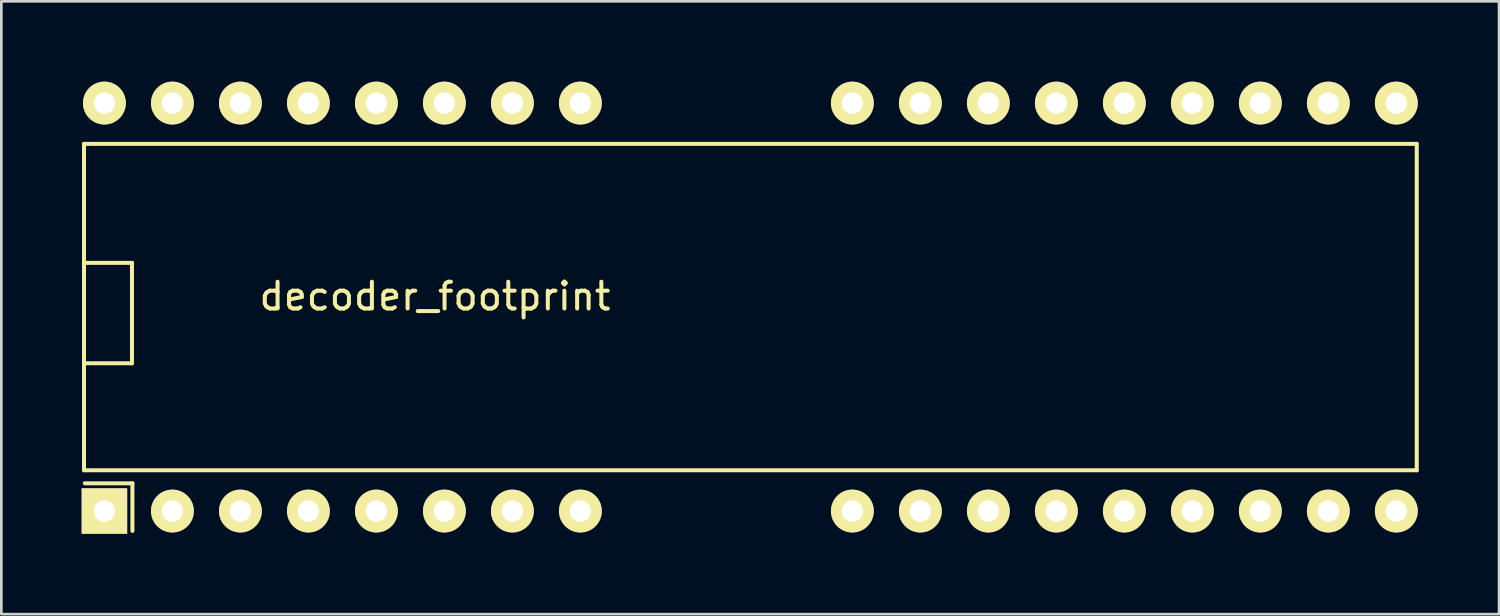
<source format=kicad_pcb>
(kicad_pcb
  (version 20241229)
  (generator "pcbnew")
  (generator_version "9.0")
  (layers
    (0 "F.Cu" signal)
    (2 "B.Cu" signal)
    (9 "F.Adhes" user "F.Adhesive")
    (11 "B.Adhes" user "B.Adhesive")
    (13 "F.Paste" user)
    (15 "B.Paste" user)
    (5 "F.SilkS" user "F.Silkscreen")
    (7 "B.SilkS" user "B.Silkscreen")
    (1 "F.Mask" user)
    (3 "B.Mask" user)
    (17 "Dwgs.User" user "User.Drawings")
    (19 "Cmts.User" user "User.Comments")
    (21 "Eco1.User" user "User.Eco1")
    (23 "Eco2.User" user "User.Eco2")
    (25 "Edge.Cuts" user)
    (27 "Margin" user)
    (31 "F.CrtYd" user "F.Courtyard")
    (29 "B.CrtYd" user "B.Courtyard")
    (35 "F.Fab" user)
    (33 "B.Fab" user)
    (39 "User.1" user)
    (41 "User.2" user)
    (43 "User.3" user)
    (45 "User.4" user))
  (footprint "decoder_footprint"
    (layer "F.Cu")
    (at 0.88 16.02)
    (property "Reference" "decoder_footprint" (at 12.319 -8.001 0) (layer "F.SilkS") (effects (font (size 1 1) (thickness 0.15))))
    (attr through_hole)
    (fp_line (start -0.792 -13.696) (end 48.992 -13.696) (stroke (width 0.15) (type solid)) (layer "F.SilkS"))
    (fp_line (start -0.792 -1.504) (end -0.792 -13.696) (stroke (width 0.15) (type solid)) (layer "F.SilkS"))
    (fp_line (start -0.75 -9.25) (end 1 -9.25) (stroke (width 0.15) (type solid)) (layer "F.SilkS"))
    (fp_line (start 1 -9.25) (end 1 -5.5) (stroke (width 0.15) (type solid)) (layer "F.SilkS"))
    (fp_line (start 1 -5.5) (end -0.75 -5.5) (stroke (width 0.15) (type solid)) (layer "F.SilkS"))
    (fp_line (start 1.016 -1.016) (end -0.762 -1.016) (stroke (width 0.15) (type solid)) (layer "F.SilkS"))
    (fp_line (start 1.016 0.762) (end 1.016 -1.016) (stroke (width 0.15) (type solid)) (layer "F.SilkS"))
    (fp_line (start 48.992 -13.696) (end 48.992 -1.504) (stroke (width 0.15) (type solid)) (layer "F.SilkS"))
    (fp_line (start 48.992 -1.504) (end -0.792 -1.504) (stroke (width 0.15) (type solid)) (layer "F.SilkS"))
    (pad "1" thru_hole rect (at -0.03 0.02) (size 1.7 1.7) (drill 0.8) (layers "*.Cu" "*.Mask" "F.SilkS"))
    (pad "2" thru_hole circle (at 2.51 0.02) (size 1.6 1.6) (drill 0.8) (layers "*.Cu" "*.Mask" "F.SilkS"))
    (pad "3" thru_hole circle (at 5.05 0.02) (size 1.6 1.6) (drill 0.8) (layers "*.Cu" "*.Mask" "F.SilkS"))
    (pad "4" thru_hole circle (at 7.59 0.02) (size 1.6 1.6) (drill 0.8) (layers "*.Cu" "*.Mask" "F.SilkS"))
    (pad "5" thru_hole circle (at 10.13 0.02) (size 1.6 1.6) (drill 0.8) (layers "*.Cu" "*.Mask" "F.SilkS"))
    (pad "6" thru_hole circle (at 12.67 0.02) (size 1.6 1.6) (drill 0.8) (layers "*.Cu" "*.Mask" "F.SilkS"))
    (pad "7" thru_hole circle (at 15.21 0.02) (size 1.6 1.6) (drill 0.8) (layers "*.Cu" "*.Mask" "F.SilkS"))
    (pad "8" thru_hole circle (at 17.75 0.02) (size 1.6 1.6) (drill 0.8) (layers "*.Cu" "*.Mask" "F.SilkS"))
    (pad "12" thru_hole circle (at 27.91 0.02) (size 1.6 1.6) (drill 0.8) (layers "*.Cu" "*.Mask" "F.SilkS"))
    (pad "13" thru_hole circle (at 30.45 0.02) (size 1.6 1.6) (drill 0.8) (layers "*.Cu" "*.Mask" "F.SilkS"))
    (pad "14" thru_hole circle (at 32.99 0.02) (size 1.6 1.6) (drill 0.8) (layers "*.Cu" "*.Mask" "F.SilkS"))
    (pad "15" thru_hole circle (at 35.53 0.02) (size 1.6 1.6) (drill 0.8) (layers "*.Cu" "*.Mask" "F.SilkS"))
    (pad "16" thru_hole circle (at 38.07 0.02) (size 1.6 1.6) (drill 0.8) (layers "*.Cu" "*.Mask" "F.SilkS"))
    (pad "17" thru_hole circle (at 40.61 0.02) (size 1.6 1.6) (drill 0.8) (layers "*.Cu" "*.Mask" "F.SilkS"))
    (pad "18" thru_hole circle (at 43.15 0.02) (size 1.6 1.6) (drill 0.8) (layers "*.Cu" "*.Mask" "F.SilkS"))
    (pad "19" thru_hole circle (at 45.69 0.02) (size 1.6 1.6) (drill 0.8) (layers "*.Cu" "*.Mask" "F.SilkS"))
    (pad "20" thru_hole circle (at 48.23 0.02) (size 1.6 1.6) (drill 0.8) (layers "*.Cu" "*.Mask" "F.SilkS"))
    (pad "21" thru_hole circle (at 48.23 -15.22) (size 1.6 1.6) (drill 0.8) (layers "*.Cu" "*.Mask" "F.SilkS"))
    (pad "22" thru_hole circle (at 45.69 -15.22) (size 1.6 1.6) (drill 0.8) (layers "*.Cu" "*.Mask" "F.SilkS"))
    (pad "23" thru_hole circle (at 43.15 -15.22) (size 1.6 1.6) (drill 0.8) (layers "*.Cu" "*.Mask" "F.SilkS"))
    (pad "24" thru_hole circle (at 40.61 -15.22) (size 1.6 1.6) (drill 0.8) (layers "*.Cu" "*.Mask" "F.SilkS"))
    (pad "25" thru_hole circle (at 38.07 -15.22) (size 1.6 1.6) (drill 0.8) (layers "*.Cu" "*.Mask" "F.SilkS"))
    (pad "26" thru_hole circle (at 35.53 -15.22) (size 1.6 1.6) (drill 0.8) (layers "*.Cu" "*.Mask" "F.SilkS"))
    (pad "27" thru_hole circle (at 32.99 -15.22) (size 1.6 1.6) (drill 0.8) (layers "*.Cu" "*.Mask" "F.SilkS"))
    (pad "28" thru_hole circle (at 30.45 -15.22) (size 1.6 1.6) (drill 0.8) (layers "*.Cu" "*.Mask" "F.SilkS"))
    (pad "29" thru_hole circle (at 27.91 -15.22) (size 1.6 1.6) (drill 0.8) (layers "*.Cu" "*.Mask" "F.SilkS"))
    (pad "33" thru_hole circle (at 17.75 -15.22) (size 1.6 1.6) (drill 0.8) (layers "*.Cu" "*.Mask" "F.SilkS"))
    (pad "34" thru_hole circle (at 15.21 -15.22) (size 1.6 1.6) (drill 0.8) (layers "*.Cu" "*.Mask" "F.SilkS"))
    (pad "35" thru_hole circle (at 12.67 -15.22) (size 1.6 1.6) (drill 0.8) (layers "*.Cu" "*.Mask" "F.SilkS"))
    (pad "36" thru_hole circle (at 10.13 -15.22) (size 1.6 1.6) (drill 0.8) (layers "*.Cu" "*.Mask" "F.SilkS"))
    (pad "37" thru_hole circle (at 7.59 -15.22) (size 1.6 1.6) (drill 0.8) (layers "*.Cu" "*.Mask" "F.SilkS"))
    (pad "38" thru_hole circle (at 5.05 -15.22) (size 1.6 1.6) (drill 0.8) (layers "*.Cu" "*.Mask" "F.SilkS"))
    (pad "39" thru_hole circle (at 2.51 -15.22) (size 1.6 1.6) (drill 0.8) (layers "*.Cu" "*.Mask" "F.SilkS"))
    (pad "40" thru_hole circle (at -0.03 -15.22) (size 1.6 1.6) (drill 0.8) (layers "*.Cu" "*.Mask" "F.SilkS")))
  (gr_rect
    (start -3 -3)
    (end 52.947 19.89)
    (stroke (width 0.1) (type default))
    (fill no)
    (layer "Edge.Cuts")))
</source>
